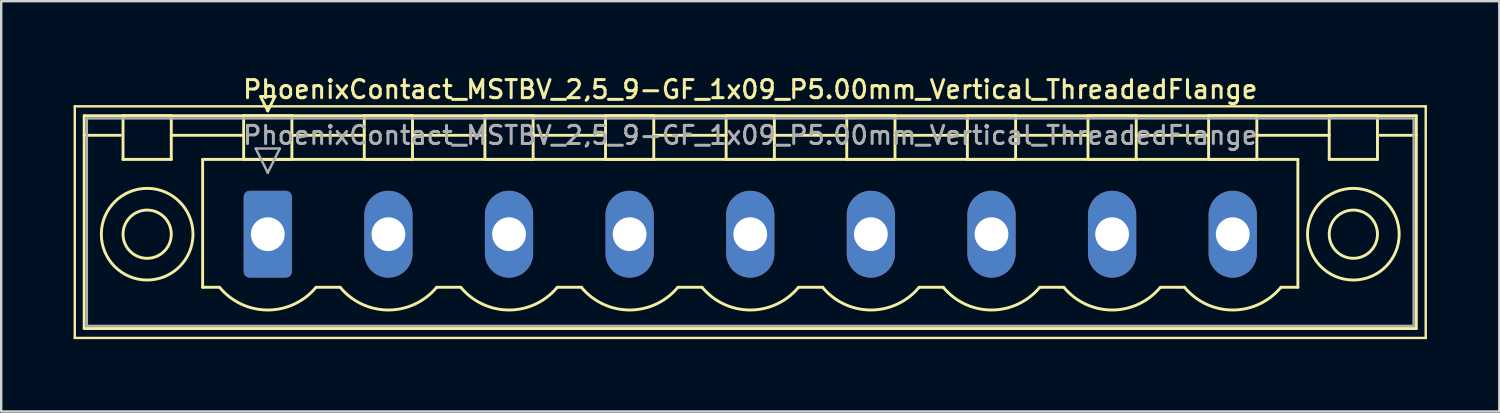
<source format=kicad_pcb>
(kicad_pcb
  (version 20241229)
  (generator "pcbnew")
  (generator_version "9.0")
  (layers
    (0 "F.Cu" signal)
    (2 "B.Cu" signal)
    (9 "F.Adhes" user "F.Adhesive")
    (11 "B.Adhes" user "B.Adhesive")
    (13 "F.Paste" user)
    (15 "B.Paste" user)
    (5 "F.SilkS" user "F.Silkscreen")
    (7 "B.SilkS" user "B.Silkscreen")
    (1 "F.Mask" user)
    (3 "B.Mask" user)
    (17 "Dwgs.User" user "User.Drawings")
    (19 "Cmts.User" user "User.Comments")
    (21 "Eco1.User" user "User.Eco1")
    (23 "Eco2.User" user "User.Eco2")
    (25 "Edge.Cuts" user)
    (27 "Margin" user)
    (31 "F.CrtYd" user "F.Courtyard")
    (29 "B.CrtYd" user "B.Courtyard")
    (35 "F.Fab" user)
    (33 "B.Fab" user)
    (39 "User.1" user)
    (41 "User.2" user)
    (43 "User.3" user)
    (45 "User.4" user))
  (footprint "PhoenixContact_MSTBV_2,5_9-GF_1x09_P5.00mm_Vertical_ThreadedFlange"
    (layer "F.Cu")
    (at 8.05 6.658)
    (property "Reference" "PhoenixContact_MSTBV_2,5_9-GF_1x09_P5.00mm_Vertical_ThreadedFlange" (at 20 -6 0) (layer "F.SilkS") (effects (font (size 0.75 0.75) (thickness 0.125))))
    (attr through_hole)
    (fp_line (start -8 -5.3) (end -8 4.3) (stroke (width 0.1) (type solid)) (layer "F.SilkS"))
    (fp_line (start -8 4.3) (end 48 4.3) (stroke (width 0.1) (type solid)) (layer "F.SilkS"))
    (fp_line (start -7.61 -4.91) (end -7.61 3.91) (stroke (width 0.12) (type solid)) (layer "F.SilkS"))
    (fp_line (start -7.61 -4.1) (end -6.11 -4.1) (stroke (width 0.12) (type solid)) (layer "F.SilkS"))
    (fp_line (start -7.61 3.91) (end 47.61 3.91) (stroke (width 0.12) (type solid)) (layer "F.SilkS"))
    (fp_line (start -6 -4.91) (end -4 -4.91) (stroke (width 0.12) (type solid)) (layer "F.SilkS"))
    (fp_line (start -6 -3.1) (end -6 -4.91) (stroke (width 0.12) (type solid)) (layer "F.SilkS"))
    (fp_line (start -4 -4.91) (end -4 -3.1) (stroke (width 0.12) (type solid)) (layer "F.SilkS"))
    (fp_line (start -4 -4.1) (end -1 -4.1) (stroke (width 0.12) (type solid)) (layer "F.SilkS"))
    (fp_line (start -4 -3.1) (end -6 -3.1) (stroke (width 0.12) (type solid)) (layer "F.SilkS"))
    (fp_line (start -2.7 -3.1) (end 42.7 -3.1) (stroke (width 0.12) (type solid)) (layer "F.SilkS"))
    (fp_line (start -2.7 2.2) (end -2.7 -3.1) (stroke (width 0.12) (type solid)) (layer "F.SilkS"))
    (fp_line (start -2 2.2) (end -2.7 2.2) (stroke (width 0.12) (type solid)) (layer "F.SilkS"))
    (fp_line (start -1 -4.91) (end 1 -4.91) (stroke (width 0.12) (type solid)) (layer "F.SilkS"))
    (fp_line (start -1 -3.1) (end -1 -4.91) (stroke (width 0.12) (type solid)) (layer "F.SilkS"))
    (fp_line (start -0.3 -5.71) (end 0.3 -5.71) (stroke (width 0.12) (type solid)) (layer "F.SilkS"))
    (fp_line (start 0 -5.11) (end -0.3 -5.71) (stroke (width 0.12) (type solid)) (layer "F.SilkS"))
    (fp_line (start 0.3 -5.71) (end 0 -5.11) (stroke (width 0.12) (type solid)) (layer "F.SilkS"))
    (fp_line (start 1 -4.91) (end 1 -3.1) (stroke (width 0.12) (type solid)) (layer "F.SilkS"))
    (fp_line (start 1 -4.1) (end 4 -4.1) (stroke (width 0.12) (type solid)) (layer "F.SilkS"))
    (fp_line (start 1 -3.1) (end -1 -3.1) (stroke (width 0.12) (type solid)) (layer "F.SilkS"))
    (fp_line (start 2 2.2) (end 3 2.2) (stroke (width 0.12) (type solid)) (layer "F.SilkS"))
    (fp_line (start 4 -4.91) (end 6 -4.91) (stroke (width 0.12) (type solid)) (layer "F.SilkS"))
    (fp_line (start 4 -3.1) (end 4 -4.91) (stroke (width 0.12) (type solid)) (layer "F.SilkS"))
    (fp_line (start 6 -4.91) (end 6 -3.1) (stroke (width 0.12) (type solid)) (layer "F.SilkS"))
    (fp_line (start 6 -4.1) (end 9 -4.1) (stroke (width 0.12) (type solid)) (layer "F.SilkS"))
    (fp_line (start 6 -3.1) (end 4 -3.1) (stroke (width 0.12) (type solid)) (layer "F.SilkS"))
    (fp_line (start 7 2.2) (end 8 2.2) (stroke (width 0.12) (type solid)) (layer "F.SilkS"))
    (fp_line (start 9 -4.91) (end 11 -4.91) (stroke (width 0.12) (type solid)) (layer "F.SilkS"))
    (fp_line (start 9 -3.1) (end 9 -4.91) (stroke (width 0.12) (type solid)) (layer "F.SilkS"))
    (fp_line (start 11 -4.91) (end 11 -3.1) (stroke (width 0.12) (type solid)) (layer "F.SilkS"))
    (fp_line (start 11 -4.1) (end 14 -4.1) (stroke (width 0.12) (type solid)) (layer "F.SilkS"))
    (fp_line (start 11 -3.1) (end 9 -3.1) (stroke (width 0.12) (type solid)) (layer "F.SilkS"))
    (fp_line (start 12 2.2) (end 13 2.2) (stroke (width 0.12) (type solid)) (layer "F.SilkS"))
    (fp_line (start 14 -4.91) (end 16 -4.91) (stroke (width 0.12) (type solid)) (layer "F.SilkS"))
    (fp_line (start 14 -3.1) (end 14 -4.91) (stroke (width 0.12) (type solid)) (layer "F.SilkS"))
    (fp_line (start 16 -4.91) (end 16 -3.1) (stroke (width 0.12) (type solid)) (layer "F.SilkS"))
    (fp_line (start 16 -4.1) (end 19 -4.1) (stroke (width 0.12) (type solid)) (layer "F.SilkS"))
    (fp_line (start 16 -3.1) (end 14 -3.1) (stroke (width 0.12) (type solid)) (layer "F.SilkS"))
    (fp_line (start 17 2.2) (end 18 2.2) (stroke (width 0.12) (type solid)) (layer "F.SilkS"))
    (fp_line (start 19 -4.91) (end 21 -4.91) (stroke (width 0.12) (type solid)) (layer "F.SilkS"))
    (fp_line (start 19 -3.1) (end 19 -4.91) (stroke (width 0.12) (type solid)) (layer "F.SilkS"))
    (fp_line (start 21 -4.91) (end 21 -3.1) (stroke (width 0.12) (type solid)) (layer "F.SilkS"))
    (fp_line (start 21 -4.1) (end 24 -4.1) (stroke (width 0.12) (type solid)) (layer "F.SilkS"))
    (fp_line (start 21 -3.1) (end 19 -3.1) (stroke (width 0.12) (type solid)) (layer "F.SilkS"))
    (fp_line (start 22 2.2) (end 23 2.2) (stroke (width 0.12) (type solid)) (layer "F.SilkS"))
    (fp_line (start 24 -4.91) (end 26 -4.91) (stroke (width 0.12) (type solid)) (layer "F.SilkS"))
    (fp_line (start 24 -3.1) (end 24 -4.91) (stroke (width 0.12) (type solid)) (layer "F.SilkS"))
    (fp_line (start 26 -4.91) (end 26 -3.1) (stroke (width 0.12) (type solid)) (layer "F.SilkS"))
    (fp_line (start 26 -4.1) (end 29 -4.1) (stroke (width 0.12) (type solid)) (layer "F.SilkS"))
    (fp_line (start 26 -3.1) (end 24 -3.1) (stroke (width 0.12) (type solid)) (layer "F.SilkS"))
    (fp_line (start 27 2.2) (end 28 2.2) (stroke (width 0.12) (type solid)) (layer "F.SilkS"))
    (fp_line (start 29 -4.91) (end 31 -4.91) (stroke (width 0.12) (type solid)) (layer "F.SilkS"))
    (fp_line (start 29 -3.1) (end 29 -4.91) (stroke (width 0.12) (type solid)) (layer "F.SilkS"))
    (fp_line (start 31 -4.91) (end 31 -3.1) (stroke (width 0.12) (type solid)) (layer "F.SilkS"))
    (fp_line (start 31 -4.1) (end 34 -4.1) (stroke (width 0.12) (type solid)) (layer "F.SilkS"))
    (fp_line (start 31 -3.1) (end 29 -3.1) (stroke (width 0.12) (type solid)) (layer "F.SilkS"))
    (fp_line (start 32 2.2) (end 33 2.2) (stroke (width 0.12) (type solid)) (layer "F.SilkS"))
    (fp_line (start 34 -4.91) (end 36 -4.91) (stroke (width 0.12) (type solid)) (layer "F.SilkS"))
    (fp_line (start 34 -3.1) (end 34 -4.91) (stroke (width 0.12) (type solid)) (layer "F.SilkS"))
    (fp_line (start 36 -4.91) (end 36 -3.1) (stroke (width 0.12) (type solid)) (layer "F.SilkS"))
    (fp_line (start 36 -4.1) (end 39 -4.1) (stroke (width 0.12) (type solid)) (layer "F.SilkS"))
    (fp_line (start 36 -3.1) (end 34 -3.1) (stroke (width 0.12) (type solid)) (layer "F.SilkS"))
    (fp_line (start 37 2.2) (end 38 2.2) (stroke (width 0.12) (type solid)) (layer "F.SilkS"))
    (fp_line (start 39 -4.91) (end 41 -4.91) (stroke (width 0.12) (type solid)) (layer "F.SilkS"))
    (fp_line (start 39 -3.1) (end 39 -4.91) (stroke (width 0.12) (type solid)) (layer "F.SilkS"))
    (fp_line (start 41 -4.91) (end 41 -3.1) (stroke (width 0.12) (type solid)) (layer "F.SilkS"))
    (fp_line (start 41 -4.1) (end 44 -4.1) (stroke (width 0.12) (type solid)) (layer "F.SilkS"))
    (fp_line (start 41 -3.1) (end 39 -3.1) (stroke (width 0.12) (type solid)) (layer "F.SilkS"))
    (fp_line (start 42.7 -3.1) (end 42.7 2.2) (stroke (width 0.12) (type solid)) (layer "F.SilkS"))
    (fp_line (start 42.7 2.2) (end 42 2.2) (stroke (width 0.12) (type solid)) (layer "F.SilkS"))
    (fp_line (start 44 -4.91) (end 46 -4.91) (stroke (width 0.12) (type solid)) (layer "F.SilkS"))
    (fp_line (start 44 -3.1) (end 44 -4.91) (stroke (width 0.12) (type solid)) (layer "F.SilkS"))
    (fp_line (start 46 -4.91) (end 46 -3.1) (stroke (width 0.12) (type solid)) (layer "F.SilkS"))
    (fp_line (start 46 -3.1) (end 44 -3.1) (stroke (width 0.12) (type solid)) (layer "F.SilkS"))
    (fp_line (start 47.61 -4.91) (end -7.61 -4.91) (stroke (width 0.12) (type solid)) (layer "F.SilkS"))
    (fp_line (start 47.61 -4.1) (end 46.11 -4.1) (stroke (width 0.12) (type solid)) (layer "F.SilkS"))
    (fp_line (start 47.61 3.91) (end 47.61 -4.91) (stroke (width 0.12) (type solid)) (layer "F.SilkS"))
    (fp_line (start 48 -5.3) (end -8 -5.3) (stroke (width 0.1) (type solid)) (layer "F.SilkS"))
    (fp_line (start 48 4.3) (end 48 -5.3) (stroke (width 0.1) (type solid)) (layer "F.SilkS"))
    (fp_arc (start 1.986842 2.215821) (mid -0.010289 3.142758) (end -2 2.2) (stroke (width 0.12) (type solid)) (layer "F.SilkS"))
    (fp_arc (start 6.986842 2.215821) (mid 4.989711 3.142758) (end 3 2.2) (stroke (width 0.12) (type solid)) (layer "F.SilkS"))
    (fp_arc (start 11.986842 2.215821) (mid 9.989711 3.142758) (end 8 2.2) (stroke (width 0.12) (type solid)) (layer "F.SilkS"))
    (fp_arc (start 16.986842 2.215821) (mid 14.989711 3.142758) (end 13 2.2) (stroke (width 0.12) (type solid)) (layer "F.SilkS"))
    (fp_arc (start 21.986842 2.215821) (mid 19.989711 3.142758) (end 18 2.2) (stroke (width 0.12) (type solid)) (layer "F.SilkS"))
    (fp_arc (start 26.986842 2.215821) (mid 24.989711 3.142758) (end 23 2.2) (stroke (width 0.12) (type solid)) (layer "F.SilkS"))
    (fp_arc (start 31.986842 2.215821) (mid 29.989711 3.142758) (end 28 2.2) (stroke (width 0.12) (type solid)) (layer "F.SilkS"))
    (fp_arc (start 36.986842 2.215821) (mid 34.989711 3.142758) (end 33 2.2) (stroke (width 0.12) (type solid)) (layer "F.SilkS"))
    (fp_arc (start 41.986842 2.215821) (mid 39.989711 3.142758) (end 38 2.2) (stroke (width 0.12) (type solid)) (layer "F.SilkS"))
    (fp_circle (center -5 0) (end -4 0) (stroke (width 0.12) (type solid)) (fill no) (layer "F.SilkS"))
    (fp_circle (center -5 0) (end -3.1 0) (stroke (width 0.12) (type solid)) (fill no) (layer "F.SilkS"))
    (fp_circle (center 45 0) (end 46 0) (stroke (width 0.12) (type solid)) (fill no) (layer "F.SilkS"))
    (fp_circle (center 45 0) (end 46.9 0) (stroke (width 0.12) (type solid)) (fill no) (layer "F.SilkS"))
    (fp_line (start -7.5 -4.8) (end -7.5 3.8) (stroke (width 0.1) (type solid)) (layer "F.Fab"))
    (fp_line (start -7.5 3.8) (end 47.5 3.8) (stroke (width 0.1) (type solid)) (layer "F.Fab"))
    (fp_line (start -0.5 -3.55) (end 0.5 -3.55) (stroke (width 0.1) (type solid)) (layer "F.Fab"))
    (fp_line (start 0 -2.55) (end -0.5 -3.55) (stroke (width 0.1) (type solid)) (layer "F.Fab"))
    (fp_line (start 0.5 -3.55) (end 0 -2.55) (stroke (width 0.1) (type solid)) (layer "F.Fab"))
    (fp_line (start 47.5 -4.8) (end -7.5 -4.8) (stroke (width 0.1) (type solid)) (layer "F.Fab"))
    (fp_line (start 47.5 3.8) (end 47.5 -4.8) (stroke (width 0.1) (type solid)) (layer "F.Fab"))
    (fp_text user "${REFERENCE}" (at 20 -4.1 0) (layer "F.Fab") (effects (font (size 0.75 0.75) (thickness 0.125))))
    (pad "1" thru_hole roundrect (at 0 0) (size 2 3.6) (drill 1.4) (layers "*.Cu" "*.Mask") (roundrect_rratio 0.125))
    (pad "2" thru_hole oval (at 5 0) (size 2 3.6) (drill 1.4) (layers "*.Cu" "*.Mask"))
    (pad "3" thru_hole oval (at 10 0) (size 2 3.6) (drill 1.4) (layers "*.Cu" "*.Mask"))
    (pad "4" thru_hole oval (at 15 0) (size 2 3.6) (drill 1.4) (layers "*.Cu" "*.Mask"))
    (pad "5" thru_hole oval (at 20 0) (size 2 3.6) (drill 1.4) (layers "*.Cu" "*.Mask"))
    (pad "6" thru_hole oval (at 25 0) (size 2 3.6) (drill 1.4) (layers "*.Cu" "*.Mask"))
    (pad "7" thru_hole oval (at 30 0) (size 2 3.6) (drill 1.4) (layers "*.Cu" "*.Mask"))
    (pad "8" thru_hole oval (at 35 0) (size 2 3.6) (drill 1.4) (layers "*.Cu" "*.Mask"))
    (pad "9" thru_hole oval (at 40 0) (size 2 3.6) (drill 1.4) (layers "*.Cu" "*.Mask")))
  (gr_rect
    (start -3 -3)
    (end 59.1 14.008)
    (stroke (width 0.1) (type default))
    (fill no)
    (layer "Edge.Cuts")))
</source>
